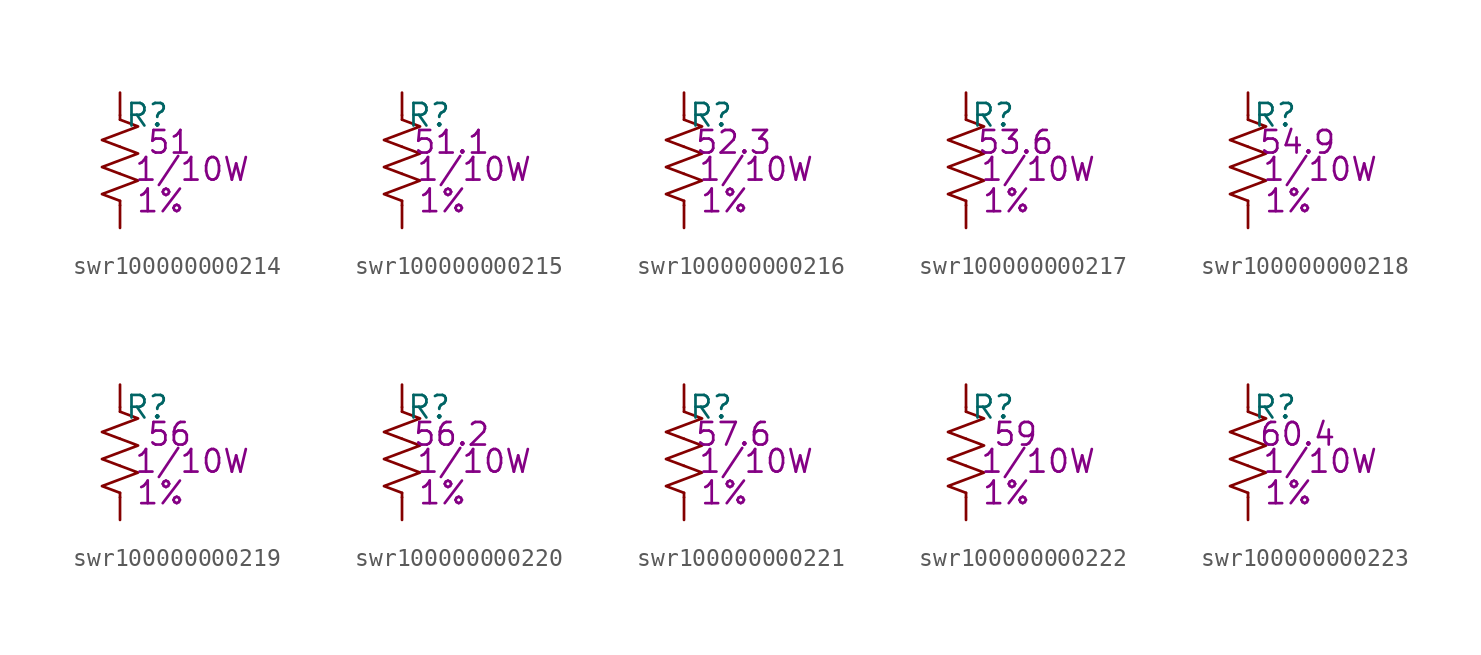
<source format=kicad_sym>
(kicad_symbol_lib
  (version 20211014)
  (generator kicad_symbol_editor)
  (symbol "swr100000000214"
    (pin_numbers hide)
    (pin_names
      (offset 1.016))
    (property "Reference" "R"
      (at 1.524 2.54 0)
      (effects (font (size 1.27 1.27))))
    (property "Tolerance" "1%"
      (at 2.286 -2.286 0)
      (effects (font (size 1.27 1.27))))
    (property "Wattage" "1/10W"
      (at 4.064 -0.508 0)
      (effects (font (size 1.27 1.27))))
    (property "PartValue" "51"
      (at 2.794 1.016 0)
      (effects (font (size 1.27 1.27))))
    (symbol "swr100000000214_1_1"
      (polyline (pts (xy 0 -2.286) (xy 0 -2.54)) (stroke (width 0) (type default) (color 0 0 0 0)) (fill (type none)))
      (polyline (pts (xy 0 2.286) (xy 0 2.54)) (stroke (width 0) (type default) (color 0 0 0 0)) (fill (type none)))
      (polyline (pts (xy 0 -0.762) (xy 1.016 -1.143) (xy 0 -1.524) (xy -1.016 -1.905) (xy 0 -2.286)) (stroke (width 0) (type default) (color 0 0 0 0)) (fill (type none)))
      (polyline (pts (xy 0 0.762) (xy 1.016 0.381) (xy 0 0) (xy -1.016 -0.381) (xy 0 -0.762)) (stroke (width 0) (type default) (color 0 0 0 0)) (fill (type none)))
      (polyline (pts (xy 0 2.286) (xy 1.016 1.905) (xy 0 1.524) (xy -1.016 1.143) (xy 0 0.762)) (stroke (width 0) (type default) (color 0 0 0 0)) (fill (type none)))
      (pin passive line (at 0 3.81 270) (length 1.27) (name "~" (effects (font (size 1.27 1.27)))) (number "1" (effects (font (size 1.27 1.27)))))
      (pin passive line (at 0 -3.81 90) (length 1.27) (name "~" (effects (font (size 1.27 1.27)))) (number "2" (effects (font (size 1.27 1.27)))))))
  (symbol "swr100000000215"
    (pin_numbers hide)
    (pin_names
      (offset 1.016))
    (property "Reference" "R"
      (at 1.524 2.54 0)
      (effects (font (size 1.27 1.27))))
    (property "Tolerance" "1%"
      (at 2.286 -2.286 0)
      (effects (font (size 1.27 1.27))))
    (property "Wattage" "1/10W"
      (at 4.064 -0.508 0)
      (effects (font (size 1.27 1.27))))
    (property "PartValue" "51.1"
      (at 2.794 1.016 0)
      (effects (font (size 1.27 1.27))))
    (symbol "swr100000000215_1_1"
      (polyline (pts (xy 0 -2.286) (xy 0 -2.54)) (stroke (width 0) (type default) (color 0 0 0 0)) (fill (type none)))
      (polyline (pts (xy 0 2.286) (xy 0 2.54)) (stroke (width 0) (type default) (color 0 0 0 0)) (fill (type none)))
      (polyline (pts (xy 0 -0.762) (xy 1.016 -1.143) (xy 0 -1.524) (xy -1.016 -1.905) (xy 0 -2.286)) (stroke (width 0) (type default) (color 0 0 0 0)) (fill (type none)))
      (polyline (pts (xy 0 0.762) (xy 1.016 0.381) (xy 0 0) (xy -1.016 -0.381) (xy 0 -0.762)) (stroke (width 0) (type default) (color 0 0 0 0)) (fill (type none)))
      (polyline (pts (xy 0 2.286) (xy 1.016 1.905) (xy 0 1.524) (xy -1.016 1.143) (xy 0 0.762)) (stroke (width 0) (type default) (color 0 0 0 0)) (fill (type none)))
      (pin passive line (at 0 3.81 270) (length 1.27) (name "~" (effects (font (size 1.27 1.27)))) (number "1" (effects (font (size 1.27 1.27)))))
      (pin passive line (at 0 -3.81 90) (length 1.27) (name "~" (effects (font (size 1.27 1.27)))) (number "2" (effects (font (size 1.27 1.27)))))))
  (symbol "swr100000000216"
    (pin_numbers hide)
    (pin_names
      (offset 1.016))
    (property "Reference" "R"
      (at 1.524 2.54 0)
      (effects (font (size 1.27 1.27))))
    (property "Tolerance" "1%"
      (at 2.286 -2.286 0)
      (effects (font (size 1.27 1.27))))
    (property "Wattage" "1/10W"
      (at 4.064 -0.508 0)
      (effects (font (size 1.27 1.27))))
    (property "PartValue" "52.3"
      (at 2.794 1.016 0)
      (effects (font (size 1.27 1.27))))
    (symbol "swr100000000216_1_1"
      (polyline (pts (xy 0 -2.286) (xy 0 -2.54)) (stroke (width 0) (type default) (color 0 0 0 0)) (fill (type none)))
      (polyline (pts (xy 0 2.286) (xy 0 2.54)) (stroke (width 0) (type default) (color 0 0 0 0)) (fill (type none)))
      (polyline (pts (xy 0 -0.762) (xy 1.016 -1.143) (xy 0 -1.524) (xy -1.016 -1.905) (xy 0 -2.286)) (stroke (width 0) (type default) (color 0 0 0 0)) (fill (type none)))
      (polyline (pts (xy 0 0.762) (xy 1.016 0.381) (xy 0 0) (xy -1.016 -0.381) (xy 0 -0.762)) (stroke (width 0) (type default) (color 0 0 0 0)) (fill (type none)))
      (polyline (pts (xy 0 2.286) (xy 1.016 1.905) (xy 0 1.524) (xy -1.016 1.143) (xy 0 0.762)) (stroke (width 0) (type default) (color 0 0 0 0)) (fill (type none)))
      (pin passive line (at 0 3.81 270) (length 1.27) (name "~" (effects (font (size 1.27 1.27)))) (number "1" (effects (font (size 1.27 1.27)))))
      (pin passive line (at 0 -3.81 90) (length 1.27) (name "~" (effects (font (size 1.27 1.27)))) (number "2" (effects (font (size 1.27 1.27)))))))
  (symbol "swr100000000217"
    (pin_numbers hide)
    (pin_names
      (offset 1.016))
    (property "Reference" "R"
      (at 1.524 2.54 0)
      (effects (font (size 1.27 1.27))))
    (property "Tolerance" "1%"
      (at 2.286 -2.286 0)
      (effects (font (size 1.27 1.27))))
    (property "Wattage" "1/10W"
      (at 4.064 -0.508 0)
      (effects (font (size 1.27 1.27))))
    (property "PartValue" "53.6"
      (at 2.794 1.016 0)
      (effects (font (size 1.27 1.27))))
    (symbol "swr100000000217_1_1"
      (polyline (pts (xy 0 -2.286) (xy 0 -2.54)) (stroke (width 0) (type default) (color 0 0 0 0)) (fill (type none)))
      (polyline (pts (xy 0 2.286) (xy 0 2.54)) (stroke (width 0) (type default) (color 0 0 0 0)) (fill (type none)))
      (polyline (pts (xy 0 -0.762) (xy 1.016 -1.143) (xy 0 -1.524) (xy -1.016 -1.905) (xy 0 -2.286)) (stroke (width 0) (type default) (color 0 0 0 0)) (fill (type none)))
      (polyline (pts (xy 0 0.762) (xy 1.016 0.381) (xy 0 0) (xy -1.016 -0.381) (xy 0 -0.762)) (stroke (width 0) (type default) (color 0 0 0 0)) (fill (type none)))
      (polyline (pts (xy 0 2.286) (xy 1.016 1.905) (xy 0 1.524) (xy -1.016 1.143) (xy 0 0.762)) (stroke (width 0) (type default) (color 0 0 0 0)) (fill (type none)))
      (pin passive line (at 0 3.81 270) (length 1.27) (name "~" (effects (font (size 1.27 1.27)))) (number "1" (effects (font (size 1.27 1.27)))))
      (pin passive line (at 0 -3.81 90) (length 1.27) (name "~" (effects (font (size 1.27 1.27)))) (number "2" (effects (font (size 1.27 1.27)))))))
  (symbol "swr100000000218"
    (pin_numbers hide)
    (pin_names
      (offset 1.016))
    (property "Reference" "R"
      (at 1.524 2.54 0)
      (effects (font (size 1.27 1.27))))
    (property "Tolerance" "1%"
      (at 2.286 -2.286 0)
      (effects (font (size 1.27 1.27))))
    (property "Wattage" "1/10W"
      (at 4.064 -0.508 0)
      (effects (font (size 1.27 1.27))))
    (property "PartValue" "54.9"
      (at 2.794 1.016 0)
      (effects (font (size 1.27 1.27))))
    (symbol "swr100000000218_1_1"
      (polyline (pts (xy 0 -2.286) (xy 0 -2.54)) (stroke (width 0) (type default) (color 0 0 0 0)) (fill (type none)))
      (polyline (pts (xy 0 2.286) (xy 0 2.54)) (stroke (width 0) (type default) (color 0 0 0 0)) (fill (type none)))
      (polyline (pts (xy 0 -0.762) (xy 1.016 -1.143) (xy 0 -1.524) (xy -1.016 -1.905) (xy 0 -2.286)) (stroke (width 0) (type default) (color 0 0 0 0)) (fill (type none)))
      (polyline (pts (xy 0 0.762) (xy 1.016 0.381) (xy 0 0) (xy -1.016 -0.381) (xy 0 -0.762)) (stroke (width 0) (type default) (color 0 0 0 0)) (fill (type none)))
      (polyline (pts (xy 0 2.286) (xy 1.016 1.905) (xy 0 1.524) (xy -1.016 1.143) (xy 0 0.762)) (stroke (width 0) (type default) (color 0 0 0 0)) (fill (type none)))
      (pin passive line (at 0 3.81 270) (length 1.27) (name "~" (effects (font (size 1.27 1.27)))) (number "1" (effects (font (size 1.27 1.27)))))
      (pin passive line (at 0 -3.81 90) (length 1.27) (name "~" (effects (font (size 1.27 1.27)))) (number "2" (effects (font (size 1.27 1.27)))))))
  (symbol "swr100000000219"
    (pin_numbers hide)
    (pin_names
      (offset 1.016))
    (property "Reference" "R"
      (at 1.524 2.54 0)
      (effects (font (size 1.27 1.27))))
    (property "Tolerance" "1%"
      (at 2.286 -2.286 0)
      (effects (font (size 1.27 1.27))))
    (property "Wattage" "1/10W"
      (at 4.064 -0.508 0)
      (effects (font (size 1.27 1.27))))
    (property "PartValue" "56"
      (at 2.794 1.016 0)
      (effects (font (size 1.27 1.27))))
    (symbol "swr100000000219_1_1"
      (polyline (pts (xy 0 -2.286) (xy 0 -2.54)) (stroke (width 0) (type default) (color 0 0 0 0)) (fill (type none)))
      (polyline (pts (xy 0 2.286) (xy 0 2.54)) (stroke (width 0) (type default) (color 0 0 0 0)) (fill (type none)))
      (polyline (pts (xy 0 -0.762) (xy 1.016 -1.143) (xy 0 -1.524) (xy -1.016 -1.905) (xy 0 -2.286)) (stroke (width 0) (type default) (color 0 0 0 0)) (fill (type none)))
      (polyline (pts (xy 0 0.762) (xy 1.016 0.381) (xy 0 0) (xy -1.016 -0.381) (xy 0 -0.762)) (stroke (width 0) (type default) (color 0 0 0 0)) (fill (type none)))
      (polyline (pts (xy 0 2.286) (xy 1.016 1.905) (xy 0 1.524) (xy -1.016 1.143) (xy 0 0.762)) (stroke (width 0) (type default) (color 0 0 0 0)) (fill (type none)))
      (pin passive line (at 0 3.81 270) (length 1.27) (name "~" (effects (font (size 1.27 1.27)))) (number "1" (effects (font (size 1.27 1.27)))))
      (pin passive line (at 0 -3.81 90) (length 1.27) (name "~" (effects (font (size 1.27 1.27)))) (number "2" (effects (font (size 1.27 1.27)))))))
  (symbol "swr100000000220"
    (pin_numbers hide)
    (pin_names
      (offset 1.016))
    (property "Reference" "R"
      (at 1.524 2.54 0)
      (effects (font (size 1.27 1.27))))
    (property "Tolerance" "1%"
      (at 2.286 -2.286 0)
      (effects (font (size 1.27 1.27))))
    (property "Wattage" "1/10W"
      (at 4.064 -0.508 0)
      (effects (font (size 1.27 1.27))))
    (property "PartValue" "56.2"
      (at 2.794 1.016 0)
      (effects (font (size 1.27 1.27))))
    (symbol "swr100000000220_1_1"
      (polyline (pts (xy 0 -2.286) (xy 0 -2.54)) (stroke (width 0) (type default) (color 0 0 0 0)) (fill (type none)))
      (polyline (pts (xy 0 2.286) (xy 0 2.54)) (stroke (width 0) (type default) (color 0 0 0 0)) (fill (type none)))
      (polyline (pts (xy 0 -0.762) (xy 1.016 -1.143) (xy 0 -1.524) (xy -1.016 -1.905) (xy 0 -2.286)) (stroke (width 0) (type default) (color 0 0 0 0)) (fill (type none)))
      (polyline (pts (xy 0 0.762) (xy 1.016 0.381) (xy 0 0) (xy -1.016 -0.381) (xy 0 -0.762)) (stroke (width 0) (type default) (color 0 0 0 0)) (fill (type none)))
      (polyline (pts (xy 0 2.286) (xy 1.016 1.905) (xy 0 1.524) (xy -1.016 1.143) (xy 0 0.762)) (stroke (width 0) (type default) (color 0 0 0 0)) (fill (type none)))
      (pin passive line (at 0 3.81 270) (length 1.27) (name "~" (effects (font (size 1.27 1.27)))) (number "1" (effects (font (size 1.27 1.27)))))
      (pin passive line (at 0 -3.81 90) (length 1.27) (name "~" (effects (font (size 1.27 1.27)))) (number "2" (effects (font (size 1.27 1.27)))))))
  (symbol "swr100000000221"
    (pin_numbers hide)
    (pin_names
      (offset 1.016))
    (property "Reference" "R"
      (at 1.524 2.54 0)
      (effects (font (size 1.27 1.27))))
    (property "Tolerance" "1%"
      (at 2.286 -2.286 0)
      (effects (font (size 1.27 1.27))))
    (property "Wattage" "1/10W"
      (at 4.064 -0.508 0)
      (effects (font (size 1.27 1.27))))
    (property "PartValue" "57.6"
      (at 2.794 1.016 0)
      (effects (font (size 1.27 1.27))))
    (symbol "swr100000000221_1_1"
      (polyline (pts (xy 0 -2.286) (xy 0 -2.54)) (stroke (width 0) (type default) (color 0 0 0 0)) (fill (type none)))
      (polyline (pts (xy 0 2.286) (xy 0 2.54)) (stroke (width 0) (type default) (color 0 0 0 0)) (fill (type none)))
      (polyline (pts (xy 0 -0.762) (xy 1.016 -1.143) (xy 0 -1.524) (xy -1.016 -1.905) (xy 0 -2.286)) (stroke (width 0) (type default) (color 0 0 0 0)) (fill (type none)))
      (polyline (pts (xy 0 0.762) (xy 1.016 0.381) (xy 0 0) (xy -1.016 -0.381) (xy 0 -0.762)) (stroke (width 0) (type default) (color 0 0 0 0)) (fill (type none)))
      (polyline (pts (xy 0 2.286) (xy 1.016 1.905) (xy 0 1.524) (xy -1.016 1.143) (xy 0 0.762)) (stroke (width 0) (type default) (color 0 0 0 0)) (fill (type none)))
      (pin passive line (at 0 3.81 270) (length 1.27) (name "~" (effects (font (size 1.27 1.27)))) (number "1" (effects (font (size 1.27 1.27)))))
      (pin passive line (at 0 -3.81 90) (length 1.27) (name "~" (effects (font (size 1.27 1.27)))) (number "2" (effects (font (size 1.27 1.27)))))))
  (symbol "swr100000000222"
    (pin_numbers hide)
    (pin_names
      (offset 1.016))
    (property "Reference" "R"
      (at 1.524 2.54 0)
      (effects (font (size 1.27 1.27))))
    (property "Tolerance" "1%"
      (at 2.286 -2.286 0)
      (effects (font (size 1.27 1.27))))
    (property "Wattage" "1/10W"
      (at 4.064 -0.508 0)
      (effects (font (size 1.27 1.27))))
    (property "PartValue" "59"
      (at 2.794 1.016 0)
      (effects (font (size 1.27 1.27))))
    (symbol "swr100000000222_1_1"
      (polyline (pts (xy 0 -2.286) (xy 0 -2.54)) (stroke (width 0) (type default) (color 0 0 0 0)) (fill (type none)))
      (polyline (pts (xy 0 2.286) (xy 0 2.54)) (stroke (width 0) (type default) (color 0 0 0 0)) (fill (type none)))
      (polyline (pts (xy 0 -0.762) (xy 1.016 -1.143) (xy 0 -1.524) (xy -1.016 -1.905) (xy 0 -2.286)) (stroke (width 0) (type default) (color 0 0 0 0)) (fill (type none)))
      (polyline (pts (xy 0 0.762) (xy 1.016 0.381) (xy 0 0) (xy -1.016 -0.381) (xy 0 -0.762)) (stroke (width 0) (type default) (color 0 0 0 0)) (fill (type none)))
      (polyline (pts (xy 0 2.286) (xy 1.016 1.905) (xy 0 1.524) (xy -1.016 1.143) (xy 0 0.762)) (stroke (width 0) (type default) (color 0 0 0 0)) (fill (type none)))
      (pin passive line (at 0 3.81 270) (length 1.27) (name "~" (effects (font (size 1.27 1.27)))) (number "1" (effects (font (size 1.27 1.27)))))
      (pin passive line (at 0 -3.81 90) (length 1.27) (name "~" (effects (font (size 1.27 1.27)))) (number "2" (effects (font (size 1.27 1.27)))))))
  (symbol "swr100000000223"
    (pin_numbers hide)
    (pin_names
      (offset 1.016))
    (property "Reference" "R"
      (at 1.524 2.54 0)
      (effects (font (size 1.27 1.27))))
    (property "Tolerance" "1%"
      (at 2.286 -2.286 0)
      (effects (font (size 1.27 1.27))))
    (property "Wattage" "1/10W"
      (at 4.064 -0.508 0)
      (effects (font (size 1.27 1.27))))
    (property "PartValue" "60.4"
      (at 2.794 1.016 0)
      (effects (font (size 1.27 1.27))))
    (symbol "swr100000000223_1_1"
      (polyline (pts (xy 0 -2.286) (xy 0 -2.54)) (stroke (width 0) (type default) (color 0 0 0 0)) (fill (type none)))
      (polyline (pts (xy 0 2.286) (xy 0 2.54)) (stroke (width 0) (type default) (color 0 0 0 0)) (fill (type none)))
      (polyline (pts (xy 0 -0.762) (xy 1.016 -1.143) (xy 0 -1.524) (xy -1.016 -1.905) (xy 0 -2.286)) (stroke (width 0) (type default) (color 0 0 0 0)) (fill (type none)))
      (polyline (pts (xy 0 0.762) (xy 1.016 0.381) (xy 0 0) (xy -1.016 -0.381) (xy 0 -0.762)) (stroke (width 0) (type default) (color 0 0 0 0)) (fill (type none)))
      (polyline (pts (xy 0 2.286) (xy 1.016 1.905) (xy 0 1.524) (xy -1.016 1.143) (xy 0 0.762)) (stroke (width 0) (type default) (color 0 0 0 0)) (fill (type none)))
      (pin passive line (at 0 3.81 270) (length 1.27) (name "~" (effects (font (size 1.27 1.27)))) (number "1" (effects (font (size 1.27 1.27)))))
      (pin passive line (at 0 -3.81 90) (length 1.27) (name "~" (effects (font (size 1.27 1.27)))) (number "2" (effects (font (size 1.27 1.27))))))))
</source>
